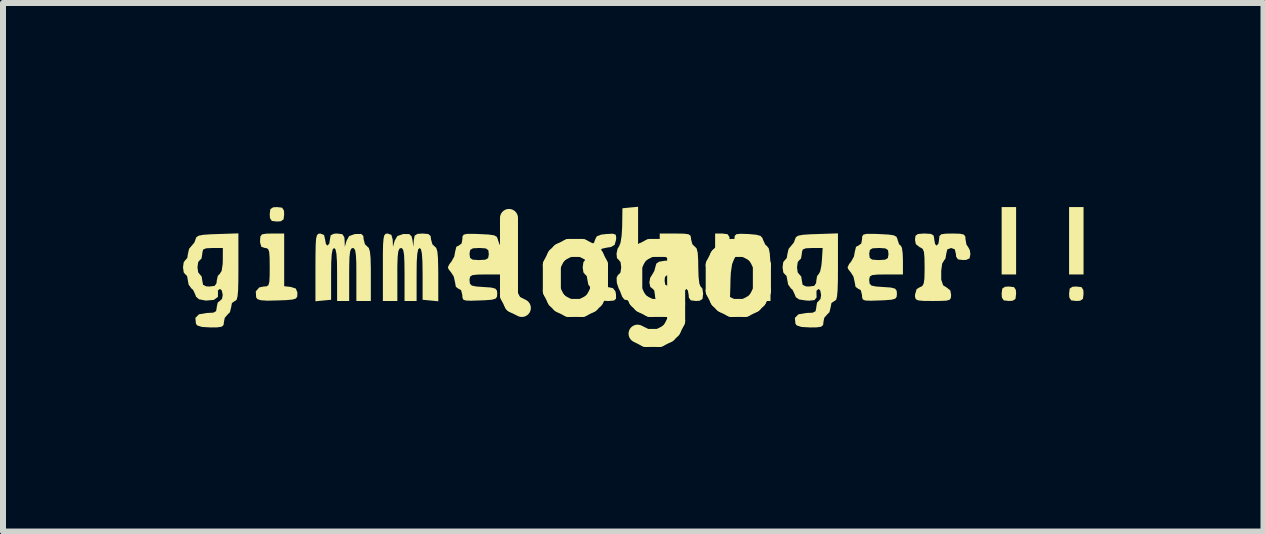
<source format=kicad_pcb>
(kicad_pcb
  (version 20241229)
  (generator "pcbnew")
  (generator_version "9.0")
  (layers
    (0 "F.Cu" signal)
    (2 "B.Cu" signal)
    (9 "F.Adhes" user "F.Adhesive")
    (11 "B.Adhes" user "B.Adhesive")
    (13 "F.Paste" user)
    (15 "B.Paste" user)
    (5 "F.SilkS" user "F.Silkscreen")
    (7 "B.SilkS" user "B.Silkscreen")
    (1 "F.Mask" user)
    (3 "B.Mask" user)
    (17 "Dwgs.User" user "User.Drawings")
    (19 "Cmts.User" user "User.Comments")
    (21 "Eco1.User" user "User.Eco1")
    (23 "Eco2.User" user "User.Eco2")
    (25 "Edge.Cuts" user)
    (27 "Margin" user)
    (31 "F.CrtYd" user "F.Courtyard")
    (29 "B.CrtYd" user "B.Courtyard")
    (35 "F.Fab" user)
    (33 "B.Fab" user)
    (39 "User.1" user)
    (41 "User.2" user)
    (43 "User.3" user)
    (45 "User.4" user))
  (footprint "logo"
    (layer "F.Cu")
    (at 7.504 1.404)
    (property "Reference" "logo" (at 0 0 0) (layer "F.SilkS") (effects (font (size 1.5 1.5) (thickness 0.3))))
    (attr board_only exclude_from_pos_files exclude_from_bom)
    (fp_poly (pts (xy 6.38 -0.441) (xy 6.38 0.12) (xy 6.26 0.12) (xy 6.139 0.12) (xy 6.139 -0.441) (xy 6.139 -1.003) (xy 6.26 -1.003) (xy 6.38 -1.003)) (stroke (width 0) (type solid)) (fill yes) (layer "F.SilkS"))
    (fp_poly (pts (xy 7.504 -0.441) (xy 7.504 0.12) (xy 7.383 0.12) (xy 7.263 0.12) (xy 7.263 -0.441) (xy 7.263 -1.003) (xy 7.383 -1.003) (xy 7.504 -1.003)) (stroke (width 0) (type solid)) (fill yes) (layer "F.SilkS"))
    (fp_poly (pts (xy -5.853 -0.993) (xy -5.822 -0.946) (xy -5.818 -0.883) (xy -5.828 -0.798) (xy -5.875 -0.766) (xy -5.939 -0.762) (xy -6.024 -0.772) (xy -6.055 -0.819) (xy -6.059 -0.883) (xy -6.049 -0.968) (xy -6.002 -0.999) (xy -5.939 -1.003)) (stroke (width 0) (type solid)) (fill yes) (layer "F.SilkS"))
    (fp_poly (pts (xy 6.345 0.331) (xy 6.376 0.378) (xy 6.38 0.441) (xy 6.37 0.527) (xy 6.323 0.558) (xy 6.26 0.562) (xy 6.174 0.552) (xy 6.143 0.505) (xy 6.139 0.441) (xy 6.149 0.356) (xy 6.196 0.325) (xy 6.26 0.321)) (stroke (width 0) (type solid)) (fill yes) (layer "F.SilkS"))
    (fp_poly (pts (xy 7.469 0.331) (xy 7.5 0.378) (xy 7.504 0.441) (xy 7.494 0.527) (xy 7.447 0.558) (xy 7.383 0.562) (xy 7.298 0.552) (xy 7.267 0.505) (xy 7.263 0.441) (xy 7.273 0.356) (xy 7.32 0.325) (xy 7.383 0.321)) (stroke (width 0) (type solid)) (fill yes) (layer "F.SilkS"))
    (fp_poly (pts (xy 0.08 -0.223) (xy 0.08 0.562) (xy -0.041 0.562) (xy -0.148 0.539) (xy -0.185 0.492) (xy -0.223 0.393) (xy -0.244 0.352) (xy -0.274 0.261) (xy -0.278 0.175) (xy -0.254 0.124) (xy -0.241 0.12) (xy -0.213 0.086) (xy -0.201 0.001) (xy -0.201 0) (xy -0.212 -0.085) (xy -0.24 -0.12) (xy -0.241 -0.12) (xy -0.272 -0.153) (xy -0.279 -0.227) (xy -0.262 -0.308) (xy -0.235 -0.351) (xy -0.212 -0.411) (xy -0.194 -0.528) (xy -0.185 -0.676) (xy -0.185 -0.69) (xy -0.181 -0.983) (xy -0.05 -0.996) (xy 0.08 -1.008)) (stroke (width 0) (type solid)) (fill yes) (layer "F.SilkS"))
    (fp_poly (pts (xy -5.818 -0.123) (xy -5.818 0.316) (xy -5.708 0.328) (xy -5.625 0.354) (xy -5.598 0.419) (xy -5.598 0.441) (xy -5.601 0.491) (xy -5.623 0.521) (xy -5.679 0.538) (xy -5.785 0.548) (xy -5.929 0.553) (xy -6.099 0.557) (xy -6.205 0.55) (xy -6.262 0.532) (xy -6.285 0.503) (xy -6.291 0.402) (xy -6.233 0.336) (xy -6.161 0.321) (xy -6.11 0.318) (xy -6.08 0.297) (xy -6.065 0.242) (xy -6.06 0.138) (xy -6.059 0) (xy -6.061 -0.16) (xy -6.068 -0.256) (xy -6.086 -0.304) (xy -6.118 -0.32) (xy -6.139 -0.321) (xy -6.198 -0.34) (xy -6.219 -0.41) (xy -6.22 -0.441) (xy -6.215 -0.513) (xy -6.188 -0.548) (xy -6.118 -0.56) (xy -6.019 -0.562) (xy -5.818 -0.562)) (stroke (width 0) (type solid)) (fill yes) (layer "F.SilkS"))
    (fp_poly (pts (xy 1.571 -0.551) (xy 1.602 -0.505) (xy 1.605 -0.461) (xy 1.619 -0.386) (xy 1.645 -0.361) (xy 1.675 -0.396) (xy 1.685 -0.463) (xy 1.69 -0.521) (xy 1.716 -0.55) (xy 1.784 -0.558) (xy 1.911 -0.554) (xy 1.916 -0.554) (xy 2.05 -0.542) (xy 2.123 -0.521) (xy 2.155 -0.483) (xy 2.161 -0.461) (xy 2.199 -0.379) (xy 2.231 -0.349) (xy 2.258 -0.313) (xy 2.275 -0.231) (xy 2.284 -0.094) (xy 2.287 0.112) (xy 2.287 0.122) (xy 2.287 0.562) (xy 2.167 0.562) (xy 2.046 0.562) (xy 2.046 0.12) (xy 2.046 -0.321) (xy 1.867 -0.321) (xy 1.756 -0.316) (xy 1.71 -0.296) (xy 1.711 -0.26) (xy 1.707 -0.183) (xy 1.68 -0.134) (xy 1.647 -0.053) (xy 1.626 0.088) (xy 1.62 0.207) (xy 1.617 0.351) (xy 1.613 0.464) (xy 1.61 0.522) (xy 1.571 0.55) (xy 1.485 0.562) (xy 1.485 0.562) (xy 1.364 0.562) (xy 1.364 0) (xy 1.364 -0.562) (xy 1.485 -0.562)) (stroke (width 0) (type solid)) (fill yes) (layer "F.SilkS"))
    (fp_poly (pts (xy -0.293 -0.543) (xy -0.284 -0.495) (xy -0.288 -0.454) (xy -0.311 -0.373) (xy -0.372 -0.337) (xy -0.431 -0.329) (xy -0.523 -0.309) (xy -0.558 -0.262) (xy -0.562 -0.218) (xy -0.576 -0.144) (xy -0.602 -0.12) (xy -0.63 -0.086) (xy -0.642 -0.001) (xy -0.642 0) (xy -0.63 0.085) (xy -0.602 0.12) (xy -0.602 0.12) (xy -0.571 0.155) (xy -0.562 0.218) (xy -0.547 0.288) (xy -0.489 0.32) (xy -0.431 0.329) (xy -0.338 0.349) (xy -0.297 0.403) (xy -0.288 0.451) (xy -0.287 0.523) (xy -0.318 0.554) (xy -0.404 0.562) (xy -0.432 0.562) (xy -0.539 0.555) (xy -0.608 0.54) (xy -0.615 0.535) (xy -0.639 0.476) (xy -0.642 0.439) (xy -0.672 0.367) (xy -0.702 0.347) (xy -0.748 0.293) (xy -0.762 0.222) (xy -0.776 0.146) (xy -0.803 0.12) (xy -0.831 0.086) (xy -0.843 0.001) (xy -0.843 0) (xy -0.831 -0.085) (xy -0.803 -0.12) (xy -0.803 -0.12) (xy -0.772 -0.155) (xy -0.762 -0.219) (xy -0.742 -0.307) (xy -0.707 -0.349) (xy -0.653 -0.413) (xy -0.636 -0.461) (xy -0.608 -0.516) (xy -0.534 -0.544) (xy -0.448 -0.554) (xy -0.341 -0.559)) (stroke (width 0) (type solid)) (fill yes) (layer "F.SilkS"))
    (fp_poly (pts (xy -3.416 -0.554) (xy -3.377 -0.52) (xy -3.371 -0.466) (xy -3.348 -0.383) (xy -3.31 -0.347) (xy -3.283 -0.321) (xy -3.265 -0.261) (xy -3.255 -0.153) (xy -3.251 0.016) (xy -3.25 0.122) (xy -3.25 0.567) (xy -3.381 0.554) (xy -3.511 0.542) (xy -3.511 0.11) (xy -3.514 -0.095) (xy -3.523 -0.229) (xy -3.539 -0.301) (xy -3.561 -0.321) (xy -3.585 -0.298) (xy -3.6 -0.222) (xy -3.609 -0.084) (xy -3.611 0.12) (xy -3.611 0.562) (xy -3.712 0.562) (xy -3.812 0.562) (xy -3.812 0.12) (xy -3.814 -0.077) (xy -3.82 -0.207) (xy -3.833 -0.283) (xy -3.853 -0.316) (xy -3.872 -0.321) (xy -3.899 -0.308) (xy -3.917 -0.262) (xy -3.927 -0.169) (xy -3.932 -0.018) (xy -3.932 0.12) (xy -3.932 0.562) (xy -4.053 0.562) (xy -4.173 0.562) (xy -4.173 0) (xy -4.173 -0.222) (xy -4.17 -0.377) (xy -4.162 -0.475) (xy -4.15 -0.531) (xy -4.129 -0.556) (xy -4.099 -0.562) (xy -4.093 -0.562) (xy -4.031 -0.539) (xy -4.009 -0.459) (xy -4.009 -0.451) (xy -4.005 -0.341) (xy -3.977 -0.441) (xy -3.932 -0.52) (xy -3.839 -0.552) (xy -3.823 -0.554) (xy -3.734 -0.553) (xy -3.694 -0.514) (xy -3.68 -0.454) (xy -3.664 -0.341) (xy -3.658 -0.451) (xy -3.644 -0.526) (xy -3.597 -0.556) (xy -3.511 -0.562)) (stroke (width 0) (type solid)) (fill yes) (layer "F.SilkS"))
    (fp_poly (pts (xy -4.849 -0.551) (xy -4.816 -0.503) (xy -4.811 -0.451) (xy -4.807 -0.341) (xy -4.779 -0.441) (xy -4.736 -0.519) (xy -4.645 -0.552) (xy -4.623 -0.554) (xy -4.534 -0.555) (xy -4.499 -0.523) (xy -4.494 -0.468) (xy -4.472 -0.384) (xy -4.434 -0.347) (xy -4.407 -0.321) (xy -4.389 -0.261) (xy -4.378 -0.152) (xy -4.374 0.017) (xy -4.374 0.119) (xy -4.374 0.562) (xy -4.494 0.562) (xy -4.615 0.562) (xy -4.615 0.12) (xy -4.616 -0.077) (xy -4.623 -0.207) (xy -4.635 -0.283) (xy -4.656 -0.316) (xy -4.675 -0.321) (xy -4.702 -0.308) (xy -4.719 -0.262) (xy -4.73 -0.169) (xy -4.734 -0.018) (xy -4.735 0.12) (xy -4.735 0.562) (xy -4.835 0.562) (xy -4.936 0.562) (xy -4.936 0.12) (xy -4.938 -0.087) (xy -4.947 -0.224) (xy -4.963 -0.299) (xy -4.986 -0.321) (xy -5.01 -0.297) (xy -5.025 -0.221) (xy -5.034 -0.081) (xy -5.036 0.11) (xy -5.036 0.542) (xy -5.166 0.554) (xy -5.297 0.567) (xy -5.297 0.003) (xy -5.296 -0.22) (xy -5.293 -0.375) (xy -5.286 -0.475) (xy -5.273 -0.531) (xy -5.253 -0.555) (xy -5.223 -0.562) (xy -5.216 -0.562) (xy -5.153 -0.538) (xy -5.136 -0.461) (xy -5.122 -0.386) (xy -5.096 -0.361) (xy -5.066 -0.395) (xy -5.056 -0.461) (xy -5.043 -0.533) (xy -4.988 -0.559) (xy -4.936 -0.562)) (stroke (width 0) (type solid)) (fill yes) (layer "F.SilkS"))
    (fp_poly (pts (xy 5.443 -0.559) (xy 5.509 -0.545) (xy 5.534 -0.511) (xy 5.537 -0.464) (xy 5.552 -0.379) (xy 5.578 -0.341) (xy 5.609 -0.286) (xy 5.618 -0.218) (xy 5.604 -0.148) (xy 5.548 -0.123) (xy 5.497 -0.12) (xy 5.411 -0.131) (xy 5.38 -0.177) (xy 5.377 -0.221) (xy 5.358 -0.299) (xy 5.297 -0.321) (xy 5.233 -0.297) (xy 5.216 -0.224) (xy 5.203 -0.145) (xy 5.18 -0.114) (xy 5.148 -0.062) (xy 5.132 0.057) (xy 5.132 0.206) (xy 5.164 0.301) (xy 5.216 0.333) (xy 5.283 0.385) (xy 5.297 0.458) (xy 5.293 0.511) (xy 5.272 0.542) (xy 5.216 0.557) (xy 5.108 0.561) (xy 4.996 0.562) (xy 4.843 0.561) (xy 4.753 0.553) (xy 4.71 0.534) (xy 4.696 0.497) (xy 4.695 0.458) (xy 4.722 0.365) (xy 4.775 0.333) (xy 4.816 0.314) (xy 4.84 0.271) (xy 4.852 0.188) (xy 4.855 0.047) (xy 4.855 0) (xy 4.853 -0.159) (xy 4.844 -0.255) (xy 4.823 -0.306) (xy 4.787 -0.329) (xy 4.775 -0.333) (xy 4.709 -0.385) (xy 4.695 -0.458) (xy 4.703 -0.525) (xy 4.743 -0.554) (xy 4.837 -0.562) (xy 4.855 -0.562) (xy 4.959 -0.556) (xy 5.005 -0.53) (xy 5.016 -0.47) (xy 5.016 -0.461) (xy 5.03 -0.386) (xy 5.056 -0.361) (xy 5.086 -0.395) (xy 5.096 -0.461) (xy 5.102 -0.519) (xy 5.132 -0.549) (xy 5.207 -0.56) (xy 5.317 -0.562)) (stroke (width 0) (type solid)) (fill yes) (layer "F.SilkS"))
    (fp_poly (pts (xy -2.659 -0.557) (xy -2.558 -0.553) (xy -2.407 -0.545) (xy -2.318 -0.532) (xy -2.274 -0.507) (xy -2.257 -0.465) (xy -2.254 -0.451) (xy -2.23 -0.381) (xy -2.204 -0.361) (xy -2.184 -0.325) (xy -2.171 -0.23) (xy -2.167 -0.12) (xy -2.167 0.12) (xy -2.448 0.12) (xy -2.594 0.122) (xy -2.678 0.131) (xy -2.717 0.153) (xy -2.728 0.194) (xy -2.729 0.219) (xy -2.722 0.274) (xy -2.69 0.306) (xy -2.614 0.321) (xy -2.498 0.329) (xy -2.368 0.338) (xy -2.299 0.356) (xy -2.272 0.39) (xy -2.267 0.441) (xy -2.272 0.493) (xy -2.296 0.524) (xy -2.358 0.541) (xy -2.475 0.55) (xy -2.558 0.553) (xy -2.708 0.558) (xy -2.795 0.554) (xy -2.836 0.536) (xy -2.848 0.499) (xy -2.849 0.463) (xy -2.87 0.381) (xy -2.909 0.361) (xy -2.957 0.326) (xy -2.969 0.258) (xy -2.992 0.155) (xy -3.03 0.095) (xy -3.079 0.031) (xy -3.09 0) (xy -3.064 -0.053) (xy -3.03 -0.095) (xy -2.983 -0.18) (xy -2.976 -0.221) (xy -2.729 -0.221) (xy -2.72 -0.156) (xy -2.679 -0.127) (xy -2.582 -0.12) (xy -2.568 -0.12) (xy -2.465 -0.126) (xy -2.419 -0.152) (xy -2.408 -0.212) (xy -2.408 -0.221) (xy -2.416 -0.285) (xy -2.458 -0.314) (xy -2.554 -0.321) (xy -2.568 -0.321) (xy -2.671 -0.316) (xy -2.717 -0.29) (xy -2.729 -0.229) (xy -2.729 -0.221) (xy -2.976 -0.221) (xy -2.969 -0.258) (xy -2.949 -0.341) (xy -2.909 -0.361) (xy -2.861 -0.396) (xy -2.849 -0.463) (xy -2.846 -0.516) (xy -2.824 -0.545) (xy -2.768 -0.557)) (stroke (width 0) (type solid)) (fill yes) (layer "F.SilkS"))
    (fp_poly (pts (xy 4.002 -0.557) (xy 4.103 -0.553) (xy 4.254 -0.545) (xy 4.343 -0.532) (xy 4.387 -0.507) (xy 4.404 -0.465) (xy 4.407 -0.451) (xy 4.431 -0.381) (xy 4.457 -0.361) (xy 4.477 -0.325) (xy 4.49 -0.23) (xy 4.494 -0.12) (xy 4.494 0.12) (xy 4.213 0.12) (xy 4.066 0.122) (xy 3.982 0.131) (xy 3.944 0.153) (xy 3.933 0.194) (xy 3.932 0.219) (xy 3.939 0.274) (xy 3.971 0.306) (xy 4.047 0.321) (xy 4.163 0.329) (xy 4.293 0.338) (xy 4.362 0.356) (xy 4.389 0.39) (xy 4.394 0.441) (xy 4.389 0.493) (xy 4.365 0.524) (xy 4.303 0.541) (xy 4.186 0.55) (xy 4.103 0.553) (xy 3.953 0.558) (xy 3.866 0.554) (xy 3.825 0.536) (xy 3.813 0.499) (xy 3.812 0.463) (xy 3.791 0.381) (xy 3.752 0.361) (xy 3.704 0.326) (xy 3.692 0.258) (xy 3.669 0.155) (xy 3.631 0.095) (xy 3.582 0.031) (xy 3.571 0) (xy 3.597 -0.053) (xy 3.631 -0.095) (xy 3.678 -0.18) (xy 3.685 -0.221) (xy 3.932 -0.221) (xy 3.941 -0.156) (xy 3.982 -0.127) (xy 4.079 -0.12) (xy 4.093 -0.12) (xy 4.196 -0.126) (xy 4.242 -0.152) (xy 4.253 -0.212) (xy 4.253 -0.221) (xy 4.245 -0.285) (xy 4.203 -0.314) (xy 4.107 -0.321) (xy 4.093 -0.321) (xy 3.989 -0.316) (xy 3.944 -0.29) (xy 3.932 -0.229) (xy 3.932 -0.221) (xy 3.685 -0.221) (xy 3.692 -0.258) (xy 3.712 -0.341) (xy 3.752 -0.361) (xy 3.8 -0.396) (xy 3.812 -0.463) (xy 3.815 -0.516) (xy 3.837 -0.545) (xy 3.893 -0.557)) (stroke (width 0) (type solid)) (fill yes) (layer "F.SilkS"))
    (fp_poly (pts (xy 0.843 -0.56) (xy 0.921 -0.55) (xy 0.955 -0.525) (xy 0.963 -0.478) (xy 0.963 -0.466) (xy 0.985 -0.383) (xy 1.023 -0.347) (xy 1.055 -0.315) (xy 1.074 -0.241) (xy 1.082 -0.11) (xy 1.083 -0.001) (xy 1.088 0.158) (xy 1.101 0.27) (xy 1.12 0.32) (xy 1.124 0.321) (xy 1.152 0.356) (xy 1.164 0.44) (xy 1.164 0.441) (xy 1.154 0.527) (xy 1.107 0.558) (xy 1.043 0.562) (xy 0.957 0.551) (xy 0.926 0.505) (xy 0.923 0.461) (xy 0.909 0.386) (xy 0.883 0.361) (xy 0.853 0.395) (xy 0.843 0.461) (xy 0.838 0.517) (xy 0.81 0.547) (xy 0.74 0.559) (xy 0.61 0.562) (xy 0.602 0.562) (xy 0.468 0.56) (xy 0.396 0.548) (xy 0.367 0.519) (xy 0.361 0.465) (xy 0.361 0.461) (xy 0.349 0.386) (xy 0.326 0.361) (xy 0.284 0.328) (xy 0.268 0.255) (xy 0.274 0.221) (xy 0.522 0.221) (xy 0.532 0.289) (xy 0.579 0.316) (xy 0.662 0.321) (xy 0.757 0.314) (xy 0.796 0.28) (xy 0.803 0.221) (xy 0.792 0.153) (xy 0.745 0.125) (xy 0.662 0.12) (xy 0.567 0.128) (xy 0.528 0.162) (xy 0.522 0.221) (xy 0.274 0.221) (xy 0.281 0.177) (xy 0.301 0.146) (xy 0.349 0.065) (xy 0.368 -0.004) (xy 0.384 -0.061) (xy 0.428 -0.092) (xy 0.521 -0.108) (xy 0.592 -0.112) (xy 0.715 -0.123) (xy 0.778 -0.143) (xy 0.8 -0.183) (xy 0.803 -0.223) (xy 0.795 -0.283) (xy 0.757 -0.312) (xy 0.668 -0.321) (xy 0.622 -0.321) (xy 0.511 -0.325) (xy 0.458 -0.345) (xy 0.442 -0.396) (xy 0.441 -0.441) (xy 0.441 -0.562) (xy 0.702 -0.562)) (stroke (width 0) (type solid)) (fill yes) (layer "F.SilkS"))
    (fp_poly (pts (xy -6.581 -0.002) (xy -6.582 0.225) (xy -6.586 0.384) (xy -6.595 0.484) (xy -6.61 0.54) (xy -6.631 0.56) (xy -6.641 0.562) (xy -6.689 0.597) (xy -6.701 0.663) (xy -6.722 0.749) (xy -6.761 0.788) (xy -6.808 0.842) (xy -6.821 0.907) (xy -6.828 0.962) (xy -6.86 0.991) (xy -6.937 1.002) (xy -7.043 1.003) (xy -7.188 0.995) (xy -7.266 0.97) (xy -7.288 0.943) (xy -7.298 0.844) (xy -7.238 0.784) (xy -7.109 0.762) (xy -7.104 0.762) (xy -7 0.757) (xy -6.953 0.732) (xy -6.942 0.672) (xy -6.942 0.662) (xy -6.925 0.587) (xy -6.892 0.562) (xy -6.854 0.527) (xy -6.842 0.461) (xy -6.858 0.386) (xy -6.89 0.361) (xy -6.924 0.389) (xy -6.921 0.411) (xy -6.922 0.494) (xy -6.99 0.544) (xy -7.116 0.555) (xy -7.126 0.555) (xy -7.237 0.534) (xy -7.288 0.49) (xy -7.297 0.461) (xy -7.335 0.379) (xy -7.368 0.349) (xy -7.411 0.288) (xy -7.423 0.219) (xy -7.437 0.144) (xy -7.464 0.12) (xy -7.492 0.086) (xy -7.504 0.001) (xy -7.504 0) (xy -7.263 0) (xy -7.251 0.085) (xy -7.223 0.12) (xy -7.223 0.12) (xy -7.193 0.155) (xy -7.183 0.221) (xy -7.17 0.292) (xy -7.115 0.319) (xy -7.062 0.321) (xy -6.976 0.31) (xy -6.945 0.264) (xy -6.942 0.224) (xy -6.924 0.143) (xy -6.892 0.111) (xy -6.86 0.061) (xy -6.843 -0.054) (xy -6.841 -0.113) (xy -6.84 -0.321) (xy -7.011 -0.321) (xy -7.119 -0.316) (xy -7.169 -0.294) (xy -7.182 -0.24) (xy -7.183 -0.221) (xy -7.196 -0.145) (xy -7.223 -0.12) (xy -7.251 -0.086) (xy -7.263 -0.001) (xy -7.263 0) (xy -7.504 0) (xy -7.492 -0.085) (xy -7.464 -0.12) (xy -7.464 -0.12) (xy -7.433 -0.155) (xy -7.423 -0.219) (xy -7.403 -0.307) (xy -7.368 -0.349) (xy -7.314 -0.413) (xy -7.297 -0.461) (xy -7.282 -0.501) (xy -7.243 -0.526) (xy -7.166 -0.541) (xy -7.033 -0.55) (xy -6.931 -0.553) (xy -6.581 -0.565)) (stroke (width 0) (type solid)) (fill yes) (layer "F.SilkS"))
    (fp_poly (pts (xy 3.411 -0.002) (xy 3.41 0.225) (xy 3.405 0.384) (xy 3.396 0.484) (xy 3.382 0.54) (xy 3.36 0.56) (xy 3.351 0.562) (xy 3.302 0.597) (xy 3.29 0.663) (xy 3.269 0.749) (xy 3.23 0.788) (xy 3.183 0.842) (xy 3.17 0.907) (xy 3.164 0.962) (xy 3.132 0.991) (xy 3.055 1.002) (xy 2.948 1.003) (xy 2.804 0.995) (xy 2.725 0.97) (xy 2.703 0.943) (xy 2.693 0.844) (xy 2.753 0.784) (xy 2.883 0.762) (xy 2.888 0.762) (xy 2.992 0.757) (xy 3.038 0.732) (xy 3.05 0.672) (xy 3.05 0.662) (xy 3.063 0.587) (xy 3.09 0.562) (xy 3.12 0.527) (xy 3.13 0.461) (xy 3.116 0.386) (xy 3.088 0.361) (xy 3.053 0.392) (xy 3.053 0.411) (xy 3.055 0.504) (xy 3.018 0.548) (xy 2.926 0.557) (xy 2.879 0.554) (xy 2.765 0.537) (xy 2.709 0.5) (xy 2.694 0.461) (xy 2.656 0.379) (xy 2.624 0.349) (xy 2.581 0.288) (xy 2.568 0.219) (xy 2.554 0.144) (xy 2.528 0.12) (xy 2.5 0.086) (xy 2.488 0.001) (xy 2.488 0) (xy 2.729 0) (xy 2.74 0.085) (xy 2.768 0.12) (xy 2.769 0.12) (xy 2.799 0.155) (xy 2.809 0.221) (xy 2.822 0.292) (xy 2.877 0.319) (xy 2.929 0.321) (xy 3.015 0.31) (xy 3.047 0.264) (xy 3.05 0.224) (xy 3.064 0.145) (xy 3.09 0.114) (xy 3.115 0.069) (xy 3.135 -0.03) (xy 3.143 -0.11) (xy 3.156 -0.321) (xy 2.982 -0.321) (xy 2.874 -0.316) (xy 2.823 -0.294) (xy 2.809 -0.242) (xy 2.809 -0.221) (xy 2.795 -0.145) (xy 2.769 -0.12) (xy 2.741 -0.086) (xy 2.729 -0.001) (xy 2.729 0) (xy 2.488 0) (xy 2.499 -0.085) (xy 2.527 -0.12) (xy 2.528 -0.12) (xy 2.558 -0.155) (xy 2.568 -0.219) (xy 2.589 -0.307) (xy 2.624 -0.349) (xy 2.677 -0.413) (xy 2.694 -0.461) (xy 2.71 -0.501) (xy 2.748 -0.526) (xy 2.826 -0.541) (xy 2.959 -0.55) (xy 3.06 -0.553) (xy 3.411 -0.565)) (stroke (width 0) (type solid)) (fill yes) (layer "F.SilkS")))
  (gr_rect
    (start -3 -3)
    (end 18.007 5.808)
    (stroke (width 0.1) (type default))
    (fill no)
    (layer "Edge.Cuts")))
</source>
